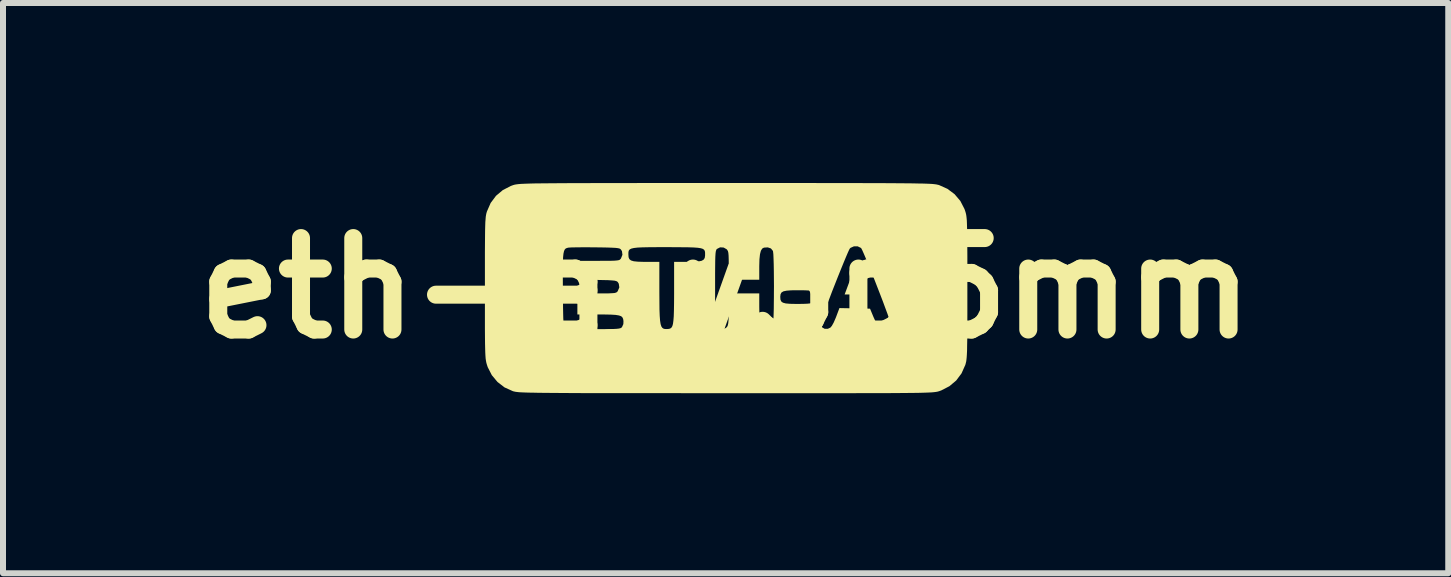
<source format=kicad_pcb>
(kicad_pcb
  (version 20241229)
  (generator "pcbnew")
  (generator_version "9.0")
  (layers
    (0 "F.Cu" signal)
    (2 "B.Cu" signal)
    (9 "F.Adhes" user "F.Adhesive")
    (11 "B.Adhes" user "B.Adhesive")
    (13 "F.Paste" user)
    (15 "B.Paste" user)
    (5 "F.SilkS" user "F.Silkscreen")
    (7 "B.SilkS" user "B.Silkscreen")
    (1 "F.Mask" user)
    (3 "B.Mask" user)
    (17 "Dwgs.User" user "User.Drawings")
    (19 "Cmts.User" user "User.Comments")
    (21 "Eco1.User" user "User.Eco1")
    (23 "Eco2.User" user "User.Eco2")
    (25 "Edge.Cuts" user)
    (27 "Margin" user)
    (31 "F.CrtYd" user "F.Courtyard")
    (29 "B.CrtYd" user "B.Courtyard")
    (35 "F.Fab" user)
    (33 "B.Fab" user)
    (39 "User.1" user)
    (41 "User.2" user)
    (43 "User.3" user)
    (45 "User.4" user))
  (footprint "eth-a_y3p5mm"
    (layer "F.Cu")
    (at 9.042 1.752)
    (property "Reference" "eth-a_y3p5mm" (at 0 0 0) (layer "F.SilkS") (effects (font (size 1.524 1.524) (thickness 0.3))))
    (attr board_only exclude_from_pos_files exclude_from_bom)
    (fp_poly (pts (xy 2.157 -0.319) (xy 2.167 -0.298) (xy 2.185 -0.253) (xy 2.21 -0.191) (xy 2.237 -0.12) (xy 2.264 -0.049) (xy 2.287 0.016) (xy 2.305 0.065) (xy 2.312 0.091) (xy 2.312 0.093) (xy 2.296 0.098) (xy 2.252 0.102) (xy 2.189 0.105) (xy 2.148 0.105) (xy 1.984 0.105) (xy 2.065 -0.113) (xy 2.095 -0.192) (xy 2.122 -0.256) (xy 2.143 -0.301) (xy 2.155 -0.319)) (stroke (width 0) (type solid)) (fill yes) (layer "F.SilkS"))
    (fp_poly (pts (xy 0.417 -1.752) (xy 0.791 -1.752) (xy 1.133 -1.752) (xy 1.445 -1.752) (xy 1.728 -1.751) (xy 1.983 -1.751) (xy 2.212 -1.751) (xy 2.417 -1.75) (xy 2.598 -1.75) (xy 2.758 -1.749) (xy 2.897 -1.748) (xy 3.018 -1.747) (xy 3.122 -1.746) (xy 3.21 -1.744) (xy 3.284 -1.743) (xy 3.346 -1.741) (xy 3.396 -1.739) (xy 3.436 -1.737) (xy 3.469 -1.734) (xy 3.494 -1.731) (xy 3.515 -1.728) (xy 3.531 -1.724) (xy 3.546 -1.721) (xy 3.559 -1.717) (xy 3.697 -1.655) (xy 3.816 -1.566) (xy 3.912 -1.453) (xy 3.981 -1.319) (xy 3.994 -1.281) (xy 4.001 -1.258) (xy 4.007 -1.234) (xy 4.012 -1.206) (xy 4.016 -1.172) (xy 4.02 -1.129) (xy 4.022 -1.073) (xy 4.024 -1.004) (xy 4.026 -0.917) (xy 4.027 -0.81) (xy 4.028 -0.68) (xy 4.029 -0.525) (xy 4.029 -0.342) (xy 4.029 -0.128) (xy 4.029 0) (xy 4.029 0.232) (xy 4.029 0.431) (xy 4.028 0.601) (xy 4.028 0.744) (xy 4.027 0.862) (xy 4.025 0.96) (xy 4.024 1.038) (xy 4.021 1.101) (xy 4.018 1.15) (xy 4.014 1.189) (xy 4.01 1.22) (xy 4.004 1.245) (xy 3.998 1.269) (xy 3.994 1.281) (xy 3.932 1.42) (xy 3.843 1.539) (xy 3.73 1.634) (xy 3.597 1.703) (xy 3.559 1.717) (xy 3.545 1.721) (xy 3.53 1.725) (xy 3.514 1.728) (xy 3.493 1.731) (xy 3.467 1.734) (xy 3.434 1.737) (xy 3.393 1.739) (xy 3.343 1.741) (xy 3.281 1.743) (xy 3.206 1.745) (xy 3.117 1.746) (xy 3.012 1.747) (xy 2.891 1.748) (xy 2.75 1.749) (xy 2.589 1.75) (xy 2.407 1.75) (xy 2.201 1.75) (xy 1.971 1.751) (xy 1.715 1.751) (xy 1.431 1.751) (xy 1.117 1.751) (xy 0.774 1.751) (xy 0.398 1.751) (xy 0.003 1.751) (xy -0.406 1.751) (xy -0.781 1.75) (xy -1.124 1.75) (xy -1.436 1.75) (xy -1.719 1.75) (xy -1.975 1.75) (xy -2.204 1.749) (xy -2.409 1.749) (xy -2.591 1.748) (xy -2.751 1.747) (xy -2.891 1.746) (xy -3.012 1.745) (xy -3.116 1.744) (xy -3.205 1.742) (xy -3.279 1.741) (xy -3.34 1.739) (xy -3.39 1.737) (xy -3.431 1.735) (xy -3.463 1.732) (xy -3.488 1.729) (xy -3.508 1.726) (xy -3.524 1.722) (xy -3.538 1.719) (xy -3.547 1.716) (xy -3.684 1.654) (xy -3.801 1.564) (xy -3.896 1.45) (xy -3.964 1.317) (xy -3.976 1.281) (xy -3.983 1.258) (xy -3.989 1.234) (xy -3.994 1.206) (xy -3.999 1.172) (xy -4.002 1.129) (xy -4.005 1.073) (xy -4.007 1.004) (xy -4.009 0.917) (xy -4.01 0.81) (xy -4.011 0.68) (xy -4.011 0.525) (xy -4.011 0.342) (xy -4.011 0.128) (xy -4.011 0) (xy -4.011 -0.207) (xy -2.713 -0.207) (xy -2.712 -0.048) (xy -2.711 0.033) (xy -2.71 0.194) (xy -2.709 0.324) (xy -2.707 0.426) (xy -2.705 0.503) (xy -2.702 0.56) (xy -2.698 0.6) (xy -2.693 0.627) (xy -2.686 0.643) (xy -2.678 0.654) (xy -2.672 0.658) (xy -2.655 0.666) (xy -2.624 0.672) (xy -2.577 0.677) (xy -2.509 0.68) (xy -2.416 0.682) (xy -2.294 0.683) (xy -2.198 0.683) (xy -2.062 0.683) (xy -1.956 0.682) (xy -1.877 0.681) (xy -1.82 0.678) (xy -1.781 0.674) (xy -1.755 0.668) (xy -1.739 0.661) (xy -1.728 0.65) (xy -1.727 0.65) (xy -1.704 0.599) (xy -1.702 0.55) (xy -1.707 0.515) (xy -1.719 0.488) (xy -1.74 0.468) (xy -1.777 0.455) (xy -1.832 0.446) (xy -1.911 0.441) (xy -2.016 0.439) (xy -2.133 0.438) (xy -2.47 0.438) (xy -2.47 0.088) (xy -2.147 0.088) (xy -2.033 0.087) (xy -1.949 0.087) (xy -1.89 0.084) (xy -1.85 0.081) (xy -1.826 0.074) (xy -1.81 0.065) (xy -1.799 0.052) (xy -1.797 0.049) (xy -1.771 -0.013) (xy -1.78 -0.073) (xy -1.794 -0.097) (xy -1.805 -0.109) (xy -1.823 -0.118) (xy -1.851 -0.125) (xy -1.895 -0.129) (xy -1.96 -0.133) (xy -2.051 -0.135) (xy -2.144 -0.137) (xy -2.47 -0.142) (xy -2.47 -0.455) (xy -2.121 -0.455) (xy -2.002 -0.456) (xy -1.913 -0.456) (xy -1.849 -0.458) (xy -1.806 -0.462) (xy -1.778 -0.467) (xy -1.761 -0.475) (xy -1.75 -0.487) (xy -1.744 -0.494) (xy -1.719 -0.556) (xy -1.72 -0.561) (xy -1.62 -0.561) (xy -1.617 -0.516) (xy -1.604 -0.484) (xy -1.577 -0.462) (xy -1.531 -0.448) (xy -1.461 -0.441) (xy -1.362 -0.438) (xy -1.318 -0.438) (xy -1.104 -0.438) (xy -1.104 0.06) (xy -1.103 0.225) (xy -1.102 0.357) (xy -1.098 0.462) (xy -1.092 0.541) (xy -1.083 0.599) (xy -1.07 0.639) (xy -1.053 0.663) (xy -1.03 0.677) (xy -1.002 0.682) (xy -0.981 0.683) (xy -0.939 0.678) (xy -0.916 0.669) (xy -0.9 0.655) (xy -0.887 0.631) (xy -0.877 0.595) (xy -0.87 0.543) (xy -0.864 0.471) (xy -0.861 0.375) (xy -0.859 0.253) (xy -0.858 0.1) (xy -0.858 0.06) (xy -0.858 -0.003) (xy -0.175 -0.003) (xy -0.175 0.163) (xy -0.175 0.297) (xy -0.173 0.404) (xy -0.172 0.485) (xy -0.169 0.546) (xy -0.165 0.59) (xy -0.161 0.619) (xy -0.155 0.638) (xy -0.147 0.65) (xy -0.146 0.651) (xy -0.102 0.678) (xy -0.047 0.682) (xy 0.003 0.665) (xy 0.025 0.644) (xy 0.036 0.621) (xy 0.044 0.585) (xy 0.049 0.531) (xy 0.052 0.452) (xy 0.053 0.346) (xy 0.053 0.088) (xy 0.561 0.088) (xy 0.561 0.311) (xy 0.563 0.437) (xy 0.569 0.531) (xy 0.58 0.599) (xy 0.598 0.644) (xy 0.622 0.669) (xy 0.64 0.676) (xy 0.705 0.68) (xy 0.758 0.659) (xy 0.789 0.62) (xy 0.79 0.61) (xy 1.589 0.61) (xy 1.611 0.655) (xy 1.652 0.678) (xy 1.705 0.677) (xy 1.747 0.657) (xy 1.771 0.628) (xy 1.801 0.574) (xy 1.832 0.503) (xy 1.841 0.481) (xy 1.897 0.332) (xy 2.152 0.337) (xy 2.407 0.342) (xy 2.465 0.482) (xy 2.507 0.573) (xy 2.546 0.635) (xy 2.587 0.67) (xy 2.632 0.683) (xy 2.641 0.683) (xy 2.692 0.67) (xy 2.732 0.639) (xy 2.75 0.598) (xy 2.75 0.594) (xy 2.744 0.566) (xy 2.726 0.511) (xy 2.699 0.432) (xy 2.663 0.335) (xy 2.622 0.224) (xy 2.576 0.104) (xy 2.527 -0.022) (xy 2.478 -0.148) (xy 2.429 -0.27) (xy 2.383 -0.384) (xy 2.342 -0.484) (xy 2.306 -0.568) (xy 2.279 -0.629) (xy 2.261 -0.664) (xy 2.256 -0.67) (xy 2.201 -0.697) (xy 2.139 -0.697) (xy 2.083 -0.672) (xy 2.071 -0.661) (xy 2.058 -0.638) (xy 2.035 -0.587) (xy 2.003 -0.512) (xy 1.964 -0.418) (xy 1.92 -0.31) (xy 1.872 -0.191) (xy 1.823 -0.067) (xy 1.774 0.057) (xy 1.728 0.179) (xy 1.685 0.291) (xy 1.647 0.392) (xy 1.617 0.474) (xy 1.597 0.535) (xy 1.592 0.551) (xy 1.589 0.61) (xy 0.79 0.61) (xy 0.793 0.591) (xy 0.797 0.531) (xy 0.8 0.447) (xy 0.803 0.343) (xy 0.804 0.225) (xy 0.805 0.146) (xy 0.911 0.146) (xy 0.914 0.19) (xy 0.927 0.221) (xy 0.955 0.242) (xy 1.003 0.255) (xy 1.075 0.261) (xy 1.176 0.263) (xy 1.197 0.263) (xy 1.295 0.262) (xy 1.364 0.259) (xy 1.41 0.254) (xy 1.439 0.245) (xy 1.457 0.234) (xy 1.483 0.19) (xy 1.487 0.133) (xy 1.47 0.081) (xy 1.46 0.067) (xy 1.444 0.054) (xy 1.42 0.045) (xy 1.382 0.039) (xy 1.323 0.036) (xy 1.238 0.035) (xy 1.203 0.035) (xy 1.095 0.036) (xy 1.016 0.042) (xy 0.964 0.053) (xy 0.932 0.072) (xy 0.916 0.101) (xy 0.911 0.141) (xy 0.911 0.146) (xy 0.805 0.146) (xy 0.805 0.098) (xy 0.806 -0.032) (xy 0.805 -0.162) (xy 0.804 -0.285) (xy 0.802 -0.397) (xy 0.799 -0.491) (xy 0.796 -0.564) (xy 0.791 -0.609) (xy 0.789 -0.62) (xy 0.756 -0.661) (xy 0.703 -0.68) (xy 0.64 -0.676) (xy 0.61 -0.659) (xy 0.588 -0.623) (xy 0.573 -0.565) (xy 0.564 -0.48) (xy 0.561 -0.364) (xy 0.561 -0.337) (xy 0.561 -0.14) (xy 0.053 -0.14) (xy 0.053 -0.377) (xy 0.052 -0.473) (xy 0.05 -0.541) (xy 0.046 -0.587) (xy 0.039 -0.617) (xy 0.027 -0.637) (xy 0.018 -0.648) (xy -0.033 -0.677) (xy -0.092 -0.68) (xy -0.143 -0.654) (xy -0.152 -0.645) (xy -0.158 -0.63) (xy -0.164 -0.608) (xy -0.168 -0.574) (xy -0.171 -0.525) (xy -0.173 -0.456) (xy -0.174 -0.366) (xy -0.175 -0.25) (xy -0.175 -0.104) (xy -0.175 -0.003) (xy -0.858 -0.003) (xy -0.858 -0.438) (xy -0.644 -0.438) (xy -0.534 -0.44) (xy -0.454 -0.445) (xy -0.399 -0.456) (xy -0.366 -0.475) (xy -0.348 -0.503) (xy -0.342 -0.543) (xy -0.342 -0.561) (xy -0.342 -0.592) (xy -0.346 -0.618) (xy -0.357 -0.638) (xy -0.378 -0.654) (xy -0.412 -0.665) (xy -0.464 -0.673) (xy -0.535 -0.678) (xy -0.63 -0.681) (xy -0.752 -0.682) (xy -0.904 -0.683) (xy -0.981 -0.683) (xy -1.147 -0.683) (xy -1.282 -0.682) (xy -1.388 -0.68) (xy -1.47 -0.676) (xy -1.529 -0.669) (xy -1.571 -0.659) (xy -1.597 -0.646) (xy -1.612 -0.628) (xy -1.619 -0.604) (xy -1.62 -0.575) (xy -1.62 -0.561) (xy -1.72 -0.561) (xy -1.727 -0.616) (xy -1.742 -0.64) (xy -1.752 -0.651) (xy -1.767 -0.66) (xy -1.792 -0.666) (xy -1.831 -0.671) (xy -1.888 -0.674) (xy -1.969 -0.677) (xy -2.077 -0.679) (xy -2.166 -0.68) (xy -2.285 -0.681) (xy -2.394 -0.681) (xy -2.488 -0.68) (xy -2.562 -0.679) (xy -2.61 -0.676) (xy -2.621 -0.675) (xy -2.645 -0.669) (xy -2.665 -0.66) (xy -2.681 -0.643) (xy -2.693 -0.616) (xy -2.702 -0.575) (xy -2.708 -0.517) (xy -2.711 -0.438) (xy -2.713 -0.336) (xy -2.713 -0.207) (xy -4.011 -0.207) (xy -4.011 -0.232) (xy -4.011 -0.431) (xy -4.011 -0.601) (xy -4.01 -0.744) (xy -4.009 -0.862) (xy -4.008 -0.96) (xy -4.006 -1.038) (xy -4.004 -1.101) (xy -4 -1.15) (xy -3.997 -1.189) (xy -3.992 -1.22) (xy -3.987 -1.245) (xy -3.98 -1.269) (xy -3.976 -1.281) (xy -3.915 -1.42) (xy -3.826 -1.539) (xy -3.713 -1.634) (xy -3.579 -1.703) (xy -3.541 -1.717) (xy -3.527 -1.721) (xy -3.513 -1.725) (xy -3.496 -1.728) (xy -3.475 -1.731) (xy -3.449 -1.734) (xy -3.416 -1.737) (xy -3.375 -1.739) (xy -3.325 -1.741) (xy -3.262 -1.743) (xy -3.187 -1.745) (xy -3.098 -1.746) (xy -2.993 -1.747) (xy -2.871 -1.748) (xy -2.73 -1.749) (xy -2.569 -1.75) (xy -2.386 -1.75) (xy -2.18 -1.751) (xy -1.95 -1.751) (xy -1.693 -1.751) (xy -1.408 -1.752) (xy -1.094 -1.752) (xy -0.75 -1.752) (xy -0.373 -1.752) (xy 0.009 -1.752)) (stroke (width 0) (type solid)) (fill yes) (layer "F.SilkS")))
  (gr_rect
    (start -3 -3)
    (end 21.085 6.503)
    (stroke (width 0.1) (type default))
    (fill no)
    (layer "Edge.Cuts")))
</source>
